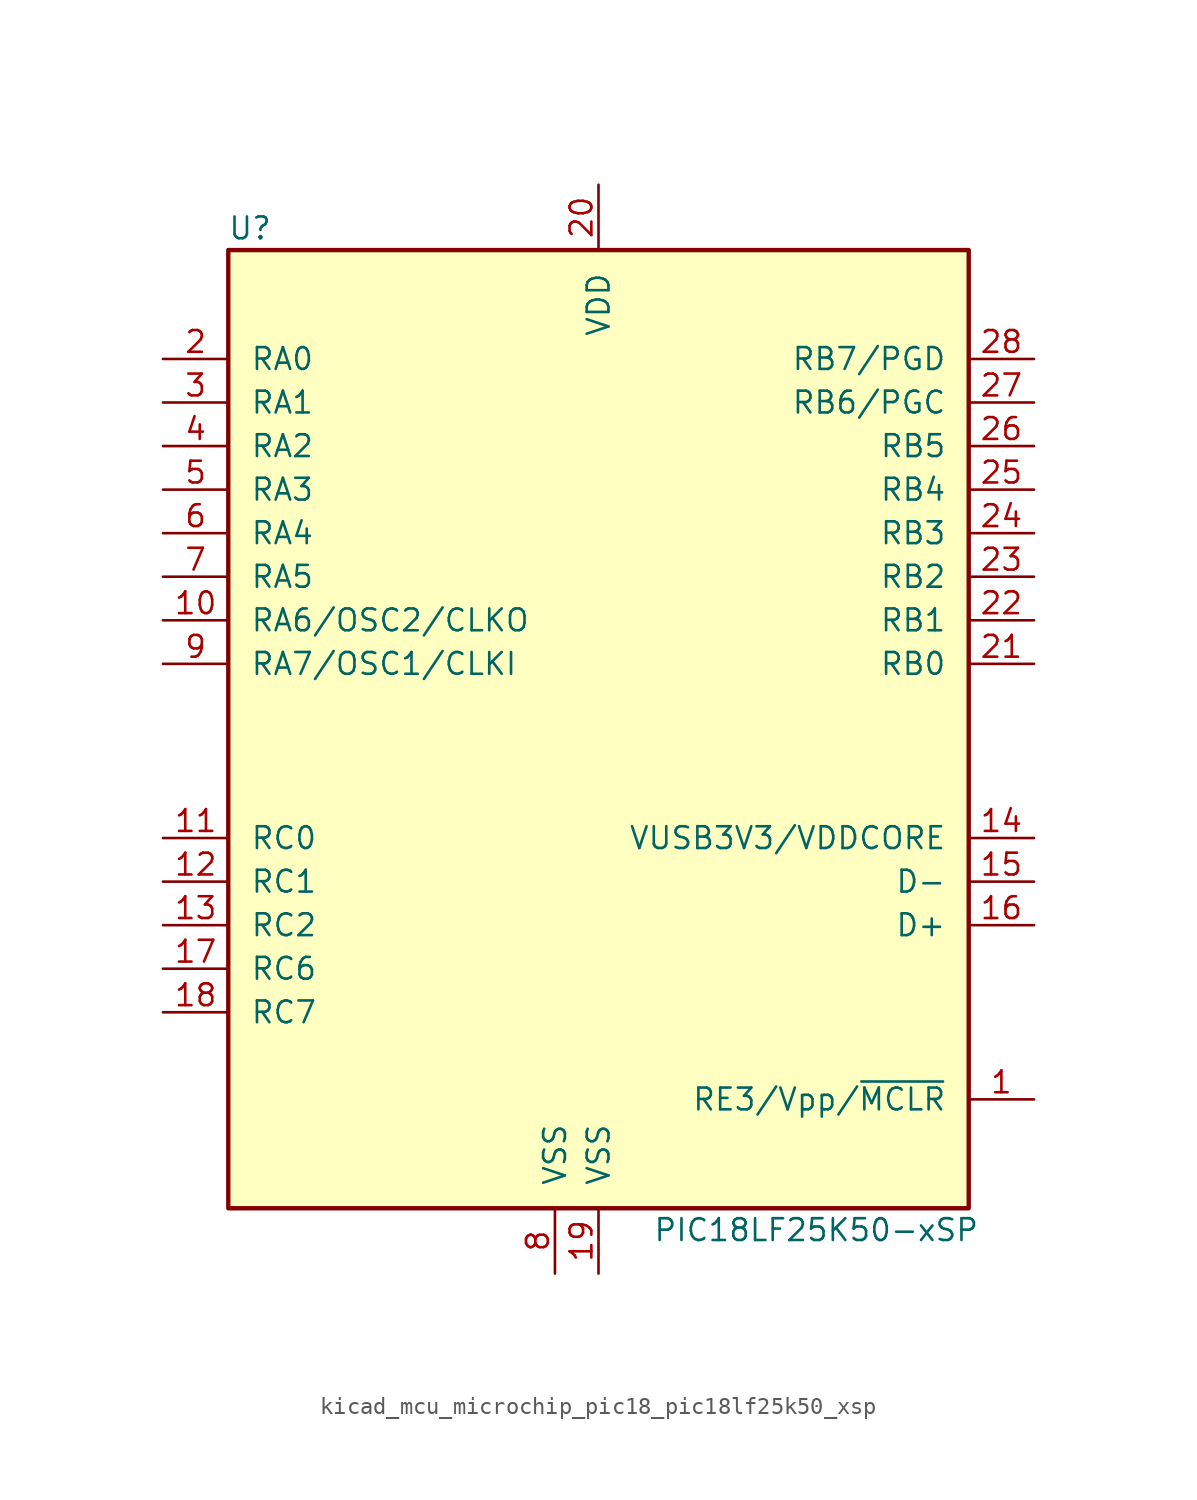
<source format=kicad_sym>
(kicad_symbol_lib
  (version 20220914)
  (generator kicad_symbol_editor)
  (symbol "kicad_mcu_microchip_pic18_pic18lf25k50_xsp"
    (pin_names
      (offset 1.27))
    (property "Reference" "U"
      (at -20.32 30.48 0)
      (effects (font (size 1.27 1.27))))
    (property "Value" "PIC18LF25K50-xSP"
      (at 12.7 -27.94 0)
      (effects (font (size 1.27 1.27))))
    (symbol "kicad_mcu_microchip_pic18_pic18lf25k50_xsp_0_1"
      (rectangle (start -21.59 29.21) (end 21.59 -26.67) (stroke (width 0.254) (type default)) (fill (type background))))
    (symbol "kicad_mcu_microchip_pic18_pic18lf25k50_xsp_1_1"
      (pin input line (at 25.4 -20.32 180) (length 3.81) (name "RE3/Vpp/~{MCLR}" (effects (font (size 1.27 1.27)))) (number "1" (effects (font (size 1.27 1.27)))))
      (pin output line (at -25.4 7.62 0) (length 3.81) (name "RA6/OSC2/CLKO" (effects (font (size 1.27 1.27)))) (number "10" (effects (font (size 1.27 1.27)))))
      (pin bidirectional line (at -25.4 -5.08 0) (length 3.81) (name "RC0" (effects (font (size 1.27 1.27)))) (number "11" (effects (font (size 1.27 1.27)))))
      (pin bidirectional line (at -25.4 -7.62 0) (length 3.81) (name "RC1" (effects (font (size 1.27 1.27)))) (number "12" (effects (font (size 1.27 1.27)))))
      (pin bidirectional line (at -25.4 -10.16 0) (length 3.81) (name "RC2" (effects (font (size 1.27 1.27)))) (number "13" (effects (font (size 1.27 1.27)))))
      (pin bidirectional line (at 25.4 -5.08 180) (length 3.81) (name "VUSB3V3/VDDCORE" (effects (font (size 1.27 1.27)))) (number "14" (effects (font (size 1.27 1.27)))))
      (pin bidirectional line (at 25.4 -7.62 180) (length 3.81) (name "D-" (effects (font (size 1.27 1.27)))) (number "15" (effects (font (size 1.27 1.27)))))
      (pin bidirectional line (at 25.4 -10.16 180) (length 3.81) (name "D+" (effects (font (size 1.27 1.27)))) (number "16" (effects (font (size 1.27 1.27)))))
      (pin bidirectional line (at -25.4 -12.7 0) (length 3.81) (name "RC6" (effects (font (size 1.27 1.27)))) (number "17" (effects (font (size 1.27 1.27)))))
      (pin bidirectional line (at -25.4 -15.24 0) (length 3.81) (name "RC7" (effects (font (size 1.27 1.27)))) (number "18" (effects (font (size 1.27 1.27)))))
      (pin power_in line (at 0 -30.48 90) (length 3.81) (name "VSS" (effects (font (size 1.27 1.27)))) (number "19" (effects (font (size 1.27 1.27)))))
      (pin bidirectional line (at -25.4 22.86 0) (length 3.81) (name "RA0" (effects (font (size 1.27 1.27)))) (number "2" (effects (font (size 1.27 1.27)))))
      (pin power_in line (at 0 33.02 270) (length 3.81) (name "VDD" (effects (font (size 1.27 1.27)))) (number "20" (effects (font (size 1.27 1.27)))))
      (pin bidirectional line (at 25.4 5.08 180) (length 3.81) (name "RB0" (effects (font (size 1.27 1.27)))) (number "21" (effects (font (size 1.27 1.27)))))
      (pin bidirectional line (at 25.4 7.62 180) (length 3.81) (name "RB1" (effects (font (size 1.27 1.27)))) (number "22" (effects (font (size 1.27 1.27)))))
      (pin bidirectional line (at 25.4 10.16 180) (length 3.81) (name "RB2" (effects (font (size 1.27 1.27)))) (number "23" (effects (font (size 1.27 1.27)))))
      (pin bidirectional line (at 25.4 12.7 180) (length 3.81) (name "RB3" (effects (font (size 1.27 1.27)))) (number "24" (effects (font (size 1.27 1.27)))))
      (pin bidirectional line (at 25.4 15.24 180) (length 3.81) (name "RB4" (effects (font (size 1.27 1.27)))) (number "25" (effects (font (size 1.27 1.27)))))
      (pin bidirectional line (at 25.4 17.78 180) (length 3.81) (name "RB5" (effects (font (size 1.27 1.27)))) (number "26" (effects (font (size 1.27 1.27)))))
      (pin bidirectional line (at 25.4 20.32 180) (length 3.81) (name "RB6/PGC" (effects (font (size 1.27 1.27)))) (number "27" (effects (font (size 1.27 1.27)))))
      (pin bidirectional line (at 25.4 22.86 180) (length 3.81) (name "RB7/PGD" (effects (font (size 1.27 1.27)))) (number "28" (effects (font (size 1.27 1.27)))))
      (pin bidirectional line (at -25.4 20.32 0) (length 3.81) (name "RA1" (effects (font (size 1.27 1.27)))) (number "3" (effects (font (size 1.27 1.27)))))
      (pin bidirectional line (at -25.4 17.78 0) (length 3.81) (name "RA2" (effects (font (size 1.27 1.27)))) (number "4" (effects (font (size 1.27 1.27)))))
      (pin bidirectional line (at -25.4 15.24 0) (length 3.81) (name "RA3" (effects (font (size 1.27 1.27)))) (number "5" (effects (font (size 1.27 1.27)))))
      (pin bidirectional line (at -25.4 12.7 0) (length 3.81) (name "RA4" (effects (font (size 1.27 1.27)))) (number "6" (effects (font (size 1.27 1.27)))))
      (pin bidirectional line (at -25.4 10.16 0) (length 3.81) (name "RA5" (effects (font (size 1.27 1.27)))) (number "7" (effects (font (size 1.27 1.27)))))
      (pin power_in line (at -2.54 -30.48 90) (length 3.81) (name "VSS" (effects (font (size 1.27 1.27)))) (number "8" (effects (font (size 1.27 1.27)))))
      (pin input line (at -25.4 5.08 0) (length 3.81) (name "RA7/OSC1/CLKI" (effects (font (size 1.27 1.27)))) (number "9" (effects (font (size 1.27 1.27))))))))
</source>
